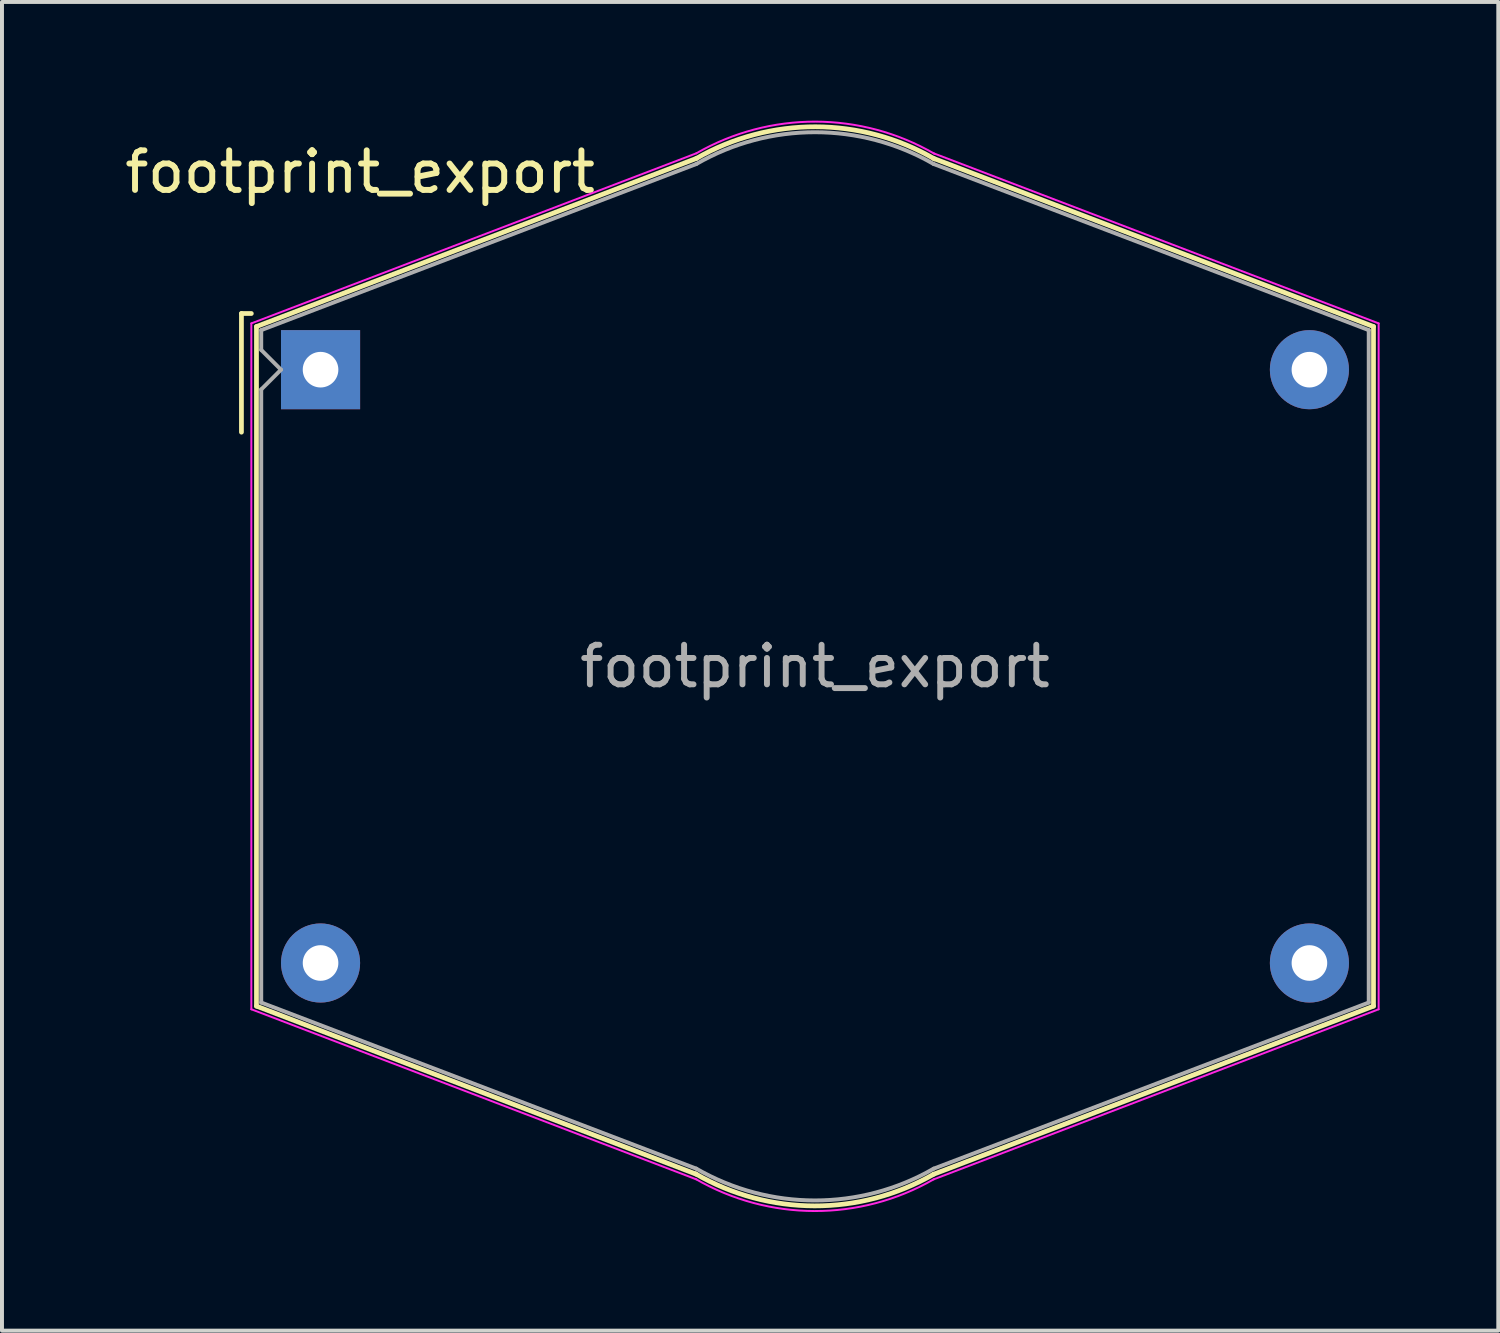
<source format=kicad_pcb>
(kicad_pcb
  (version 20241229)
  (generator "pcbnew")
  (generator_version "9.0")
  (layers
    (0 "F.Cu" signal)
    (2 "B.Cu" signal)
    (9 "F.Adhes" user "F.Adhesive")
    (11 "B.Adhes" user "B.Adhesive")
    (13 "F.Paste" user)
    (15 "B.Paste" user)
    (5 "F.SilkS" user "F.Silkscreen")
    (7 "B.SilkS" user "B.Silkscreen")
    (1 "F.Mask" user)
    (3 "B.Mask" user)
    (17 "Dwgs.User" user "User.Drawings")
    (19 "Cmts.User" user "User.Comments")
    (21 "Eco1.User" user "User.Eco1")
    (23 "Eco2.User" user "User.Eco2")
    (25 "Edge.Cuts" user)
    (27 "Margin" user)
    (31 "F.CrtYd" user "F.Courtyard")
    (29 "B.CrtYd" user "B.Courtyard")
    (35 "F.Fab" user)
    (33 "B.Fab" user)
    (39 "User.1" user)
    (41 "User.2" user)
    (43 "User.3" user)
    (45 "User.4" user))
  (footprint "footprint_export"
    (layer "F.Cu")
    (at 5.054 6.296)
    (property "Reference" "footprint_export" (at 1 -5 0) (layer "F.SilkS") (effects (font (size 1 1) (thickness 0.15))))
    (attr through_hole)
    (fp_line (start -2 -1.42) (end -2 1.58) (stroke (width 0.12) (type solid)) (layer "F.SilkS"))
    (fp_line (start -2 -1.42) (end -1.75 -1.42) (stroke (width 0.12) (type solid)) (layer "F.SilkS"))
    (fp_line (start -1.62 -1.09) (end 9.5 -5.34) (stroke (width 0.12) (type solid)) (layer "F.SilkS"))
    (fp_line (start -1.62 16.09) (end -1.62 -1.09) (stroke (width 0.12) (type solid)) (layer "F.SilkS"))
    (fp_line (start 9.5 20.34) (end -1.62 16.09) (stroke (width 0.12) (type solid)) (layer "F.SilkS"))
    (fp_line (start 15.5 -5.34) (end 26.62 -1.09) (stroke (width 0.12) (type solid)) (layer "F.SilkS"))
    (fp_line (start 26.62 -1.09) (end 26.62 16.09) (stroke (width 0.12) (type solid)) (layer "F.SilkS"))
    (fp_line (start 26.62 16.09) (end 15.5 20.34) (stroke (width 0.12) (type solid)) (layer "F.SilkS"))
    (fp_arc (start 9.5 -5.34) (mid 12.511924 -6.140653) (end 15.520653 -5.328076) (stroke (width 0.12) (type solid)) (layer "F.SilkS"))
    (fp_arc (start 15.5 20.34) (mid 12.488076 21.140653) (end 9.479347 20.328076) (stroke (width 0.12) (type solid)) (layer "F.SilkS"))
    (fp_line (start -1.75 -1.17) (end 9.5 -5.47) (stroke (width 0.05) (type solid)) (layer "F.CrtYd"))
    (fp_line (start -1.75 16.17) (end -1.75 -1.17) (stroke (width 0.05) (type solid)) (layer "F.CrtYd"))
    (fp_line (start 9.5 20.47) (end -1.75 16.17) (stroke (width 0.05) (type solid)) (layer "F.CrtYd"))
    (fp_line (start 15.5 -5.47) (end 26.75 -1.17) (stroke (width 0.05) (type solid)) (layer "F.CrtYd"))
    (fp_line (start 26.75 -1.17) (end 26.75 16.17) (stroke (width 0.05) (type solid)) (layer "F.CrtYd"))
    (fp_line (start 26.75 16.17) (end 15.5 20.47) (stroke (width 0.05) (type solid)) (layer "F.CrtYd"))
    (fp_arc (start 9.5 -5.47) (mid 12.511924 -6.270653) (end 15.520653 -5.458076) (stroke (width 0.05) (type solid)) (layer "F.CrtYd"))
    (fp_arc (start 15.5 20.47) (mid 12.488076 21.270653) (end 9.479347 20.458076) (stroke (width 0.05) (type solid)) (layer "F.CrtYd"))
    (fp_line (start -1.5 -1) (end 9.5 -5.2) (stroke (width 0.1) (type solid)) (layer "F.Fab"))
    (fp_line (start -1.5 -0.5) (end -1.5 -1) (stroke (width 0.1) (type solid)) (layer "F.Fab"))
    (fp_line (start -1.5 0.5) (end -1 0) (stroke (width 0.1) (type solid)) (layer "F.Fab"))
    (fp_line (start -1.5 16) (end -1.5 0.5) (stroke (width 0.1) (type solid)) (layer "F.Fab"))
    (fp_line (start -1 0) (end -1.5 -0.5) (stroke (width 0.1) (type solid)) (layer "F.Fab"))
    (fp_line (start 9.5 20.2) (end -1.5 16) (stroke (width 0.1) (type solid)) (layer "F.Fab"))
    (fp_line (start 15.5 -5.2) (end 26.5 -1) (stroke (width 0.1) (type solid)) (layer "F.Fab"))
    (fp_line (start 26.5 -1) (end 26.5 16) (stroke (width 0.1) (type solid)) (layer "F.Fab"))
    (fp_line (start 26.5 16) (end 15.5 20.2) (stroke (width 0.1) (type solid)) (layer "F.Fab"))
    (fp_arc (start 9.5 -5.2) (mid 12.501924 -6.003332) (end 15.503332 -5.198076) (stroke (width 0.1) (type solid)) (layer "F.Fab"))
    (fp_arc (start 15.5 20.2) (mid 12.498076 21.003332) (end 9.496668 20.198076) (stroke (width 0.1) (type solid)) (layer "F.Fab"))
    (fp_text user "${REFERENCE}" (at 12.5 7.5 0) (layer "F.Fab") (effects (font (size 1 1) (thickness 0.15))))
    (pad "1" thru_hole rect (at 0 0) (size 2 2) (drill 0.9) (layers "*.Cu" "*.Mask"))
    (pad "2" thru_hole circle (at 25 0) (size 2 2) (drill 0.9) (layers "*.Cu" "*.Mask"))
    (pad "3" thru_hole circle (at 0 15) (size 2 2) (drill 0.9) (layers "*.Cu" "*.Mask"))
    (pad "4" thru_hole circle (at 25 15) (size 2 2) (drill 0.9) (layers "*.Cu" "*.Mask")))
  (gr_rect
    (start -3 -3)
    (end 34.829 30.591)
    (stroke (width 0.1) (type default))
    (fill no)
    (layer "Edge.Cuts")))
</source>
